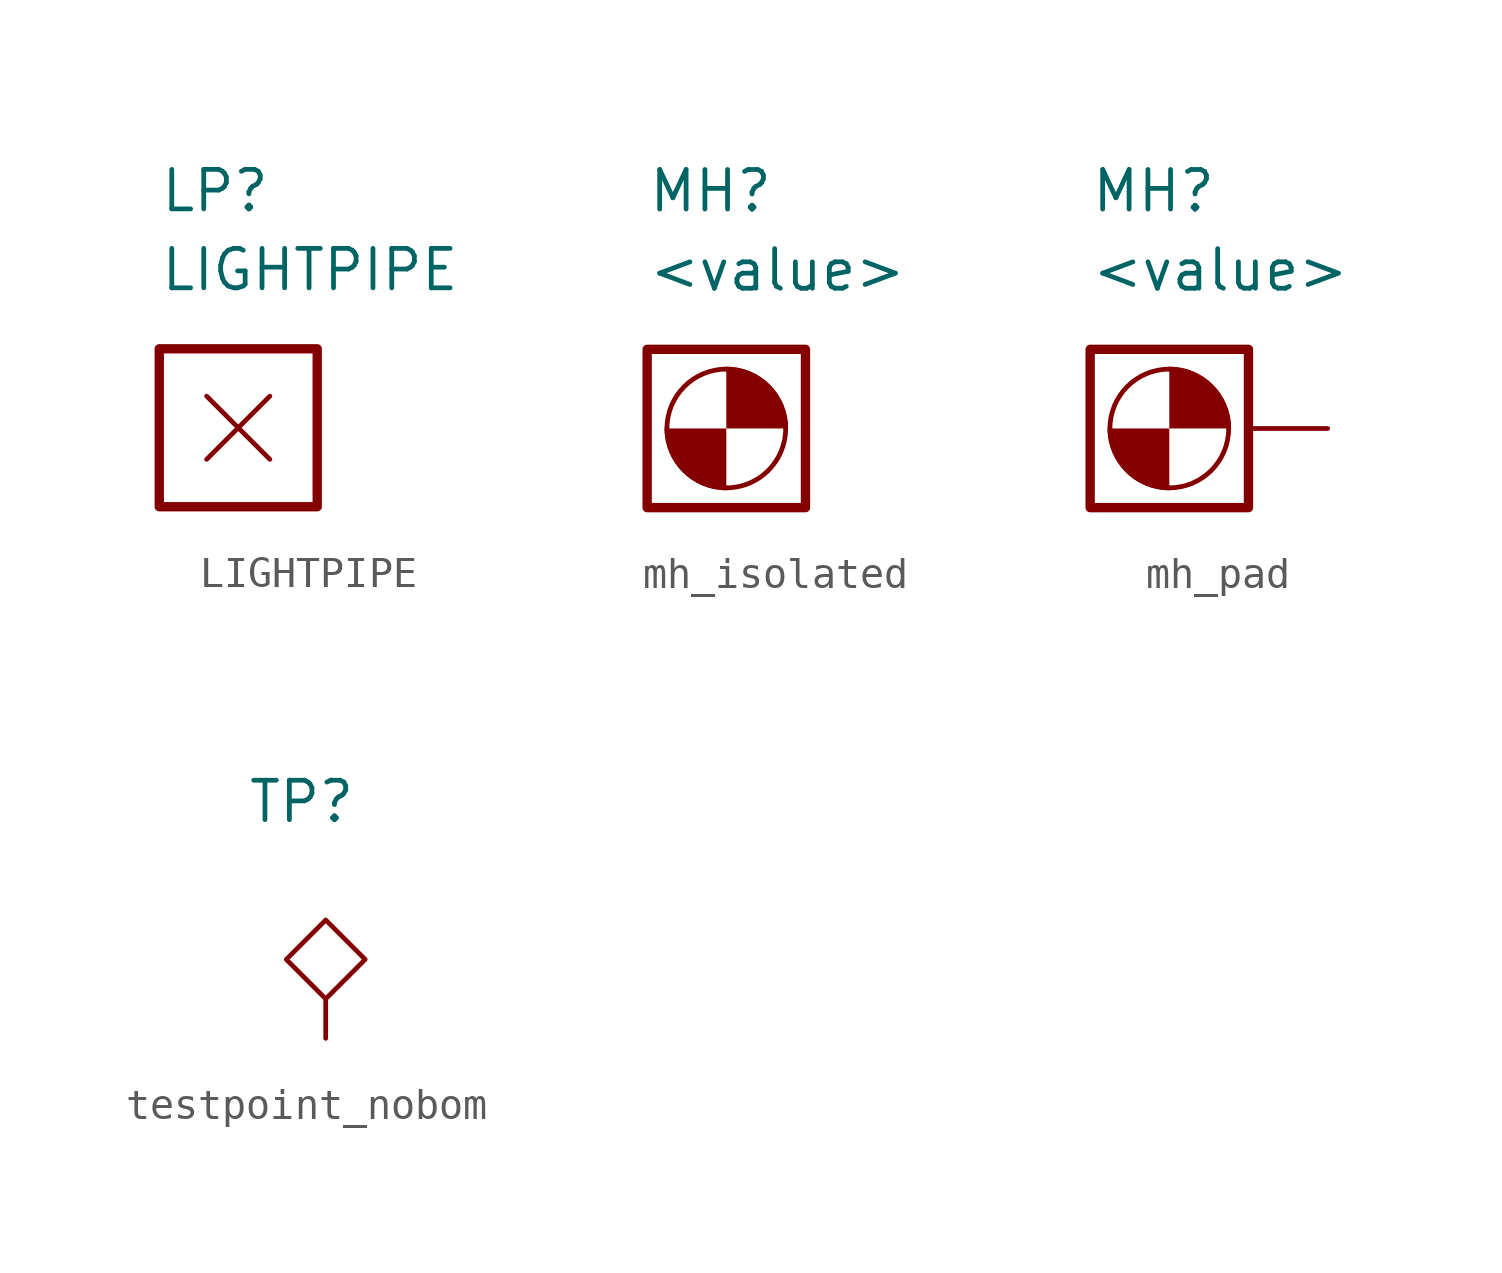
<source format=kicad_sym>
(kicad_symbol_lib
  (version 20241209)
  (generator "kicad_symbol_editor")
  (generator_version "9.0")
  (symbol "LIGHTPIPE"
    (pin_numbers
      (hide yes))
    (pin_names
      (hide yes))
    (property "Reference" "LP"
      (at -2.54 7.62 0)
      (effects (font (size 1.27 1.27)) (justify left)))
    (property "Value" "LIGHTPIPE"
      (at -2.54 5.08 0)
      (effects (font (size 1.27 1.27)) (justify left)))
    (symbol "LIGHTPIPE_0_1"
      (rectangle (start -2.54 2.54) (end 2.54 -2.54) (stroke (width 0.3) (type default)) (fill (type none)))
      (polyline (pts (xy -1.016 1.016) (xy 1.016 -1.016)) (stroke (width 0) (type default)) (fill (type none)))
      (polyline (pts (xy -1.016 -1.016) (xy 1.016 1.016)) (stroke (width 0) (type default)) (fill (type none)))))
  (symbol "mh_isolated"
    (pin_numbers
      (hide yes))
    (pin_names
      (hide yes))
    (property "Reference" "MH"
      (at -2.54 7.62 0)
      (effects (font (size 1.27 1.27)) (justify left)))
    (property "Value" "<value>"
      (at -2.54 5.08 0)
      (effects (font (size 1.27 1.27)) (justify left)))
    (symbol "mh_isolated_0_1"
      (rectangle (start -2.54 2.54) (end 2.54 -2.54) (stroke (width 0.3) (type default)) (fill (type none)))
      (circle (center 0 0) (radius 1.905) (stroke (width 0) (type default)) (fill (type none))))
    (symbol "mh_isolated_1_1"
      (arc (start 0 1.905) (mid 1.347 1.347) (end 1.905 0) (stroke (width 0) (type default)) (fill (type outline)))
      (arc (start 0 -1.905) (mid -1.347 -1.347) (end -1.905 0) (stroke (width 0) (type default)) (fill (type outline)))))
  (symbol "mh_pad"
    (pin_numbers
      (hide yes))
    (pin_names
      (hide yes))
    (property "Reference" "MH"
      (at -2.54 7.62 0)
      (effects (font (size 1.27 1.27)) (justify left)))
    (property "Value" "<value>"
      (at -2.54 5.08 0)
      (effects (font (size 1.27 1.27)) (justify left)))
    (symbol "mh_pad_0_1"
      (rectangle (start -2.54 2.54) (end 2.54 -2.54) (stroke (width 0.3) (type default)) (fill (type none)))
      (arc (start 0 1.905) (mid 1.347 1.347) (end 1.905 0) (stroke (width 0) (type default)) (fill (type outline)))
      (circle (center 0 0) (radius 1.905) (stroke (width 0) (type default)) (fill (type none)))
      (arc (start 0 -1.905) (mid -1.347 -1.347) (end -1.905 0) (stroke (width 0) (type default)) (fill (type outline))))
    (symbol "mh_pad_1_1"
      (pin passive line (at 5.08 0 180) (length 2.54) (name "1" (effects (font (size 1.27 1.27)))) (number "1" (effects (font (size 1.27 1.27)))))))
  (symbol "testpoint_nobom"
    (pin_numbers
      (hide yes))
    (property "Reference" "TP"
      (at -2.54 5.08 0)
      (effects (font (size 1.27 1.27)) (justify left)))
    (symbol "testpoint_nobom_0_1"
      (polyline (pts (xy 0 1.27) (xy -1.27 0) (xy 0 -1.27) (xy 1.27 0) (xy 0 1.27)) (stroke (width 0) (type default)) (fill (type none))))
    (symbol "testpoint_nobom_1_1"
      (pin passive line (at 0 -2.54 90) (length 1.27) (name "" (effects (font (size 1.27 1.27)))) (number "1" (effects (font (size 1.27 1.27))))))))
</source>
